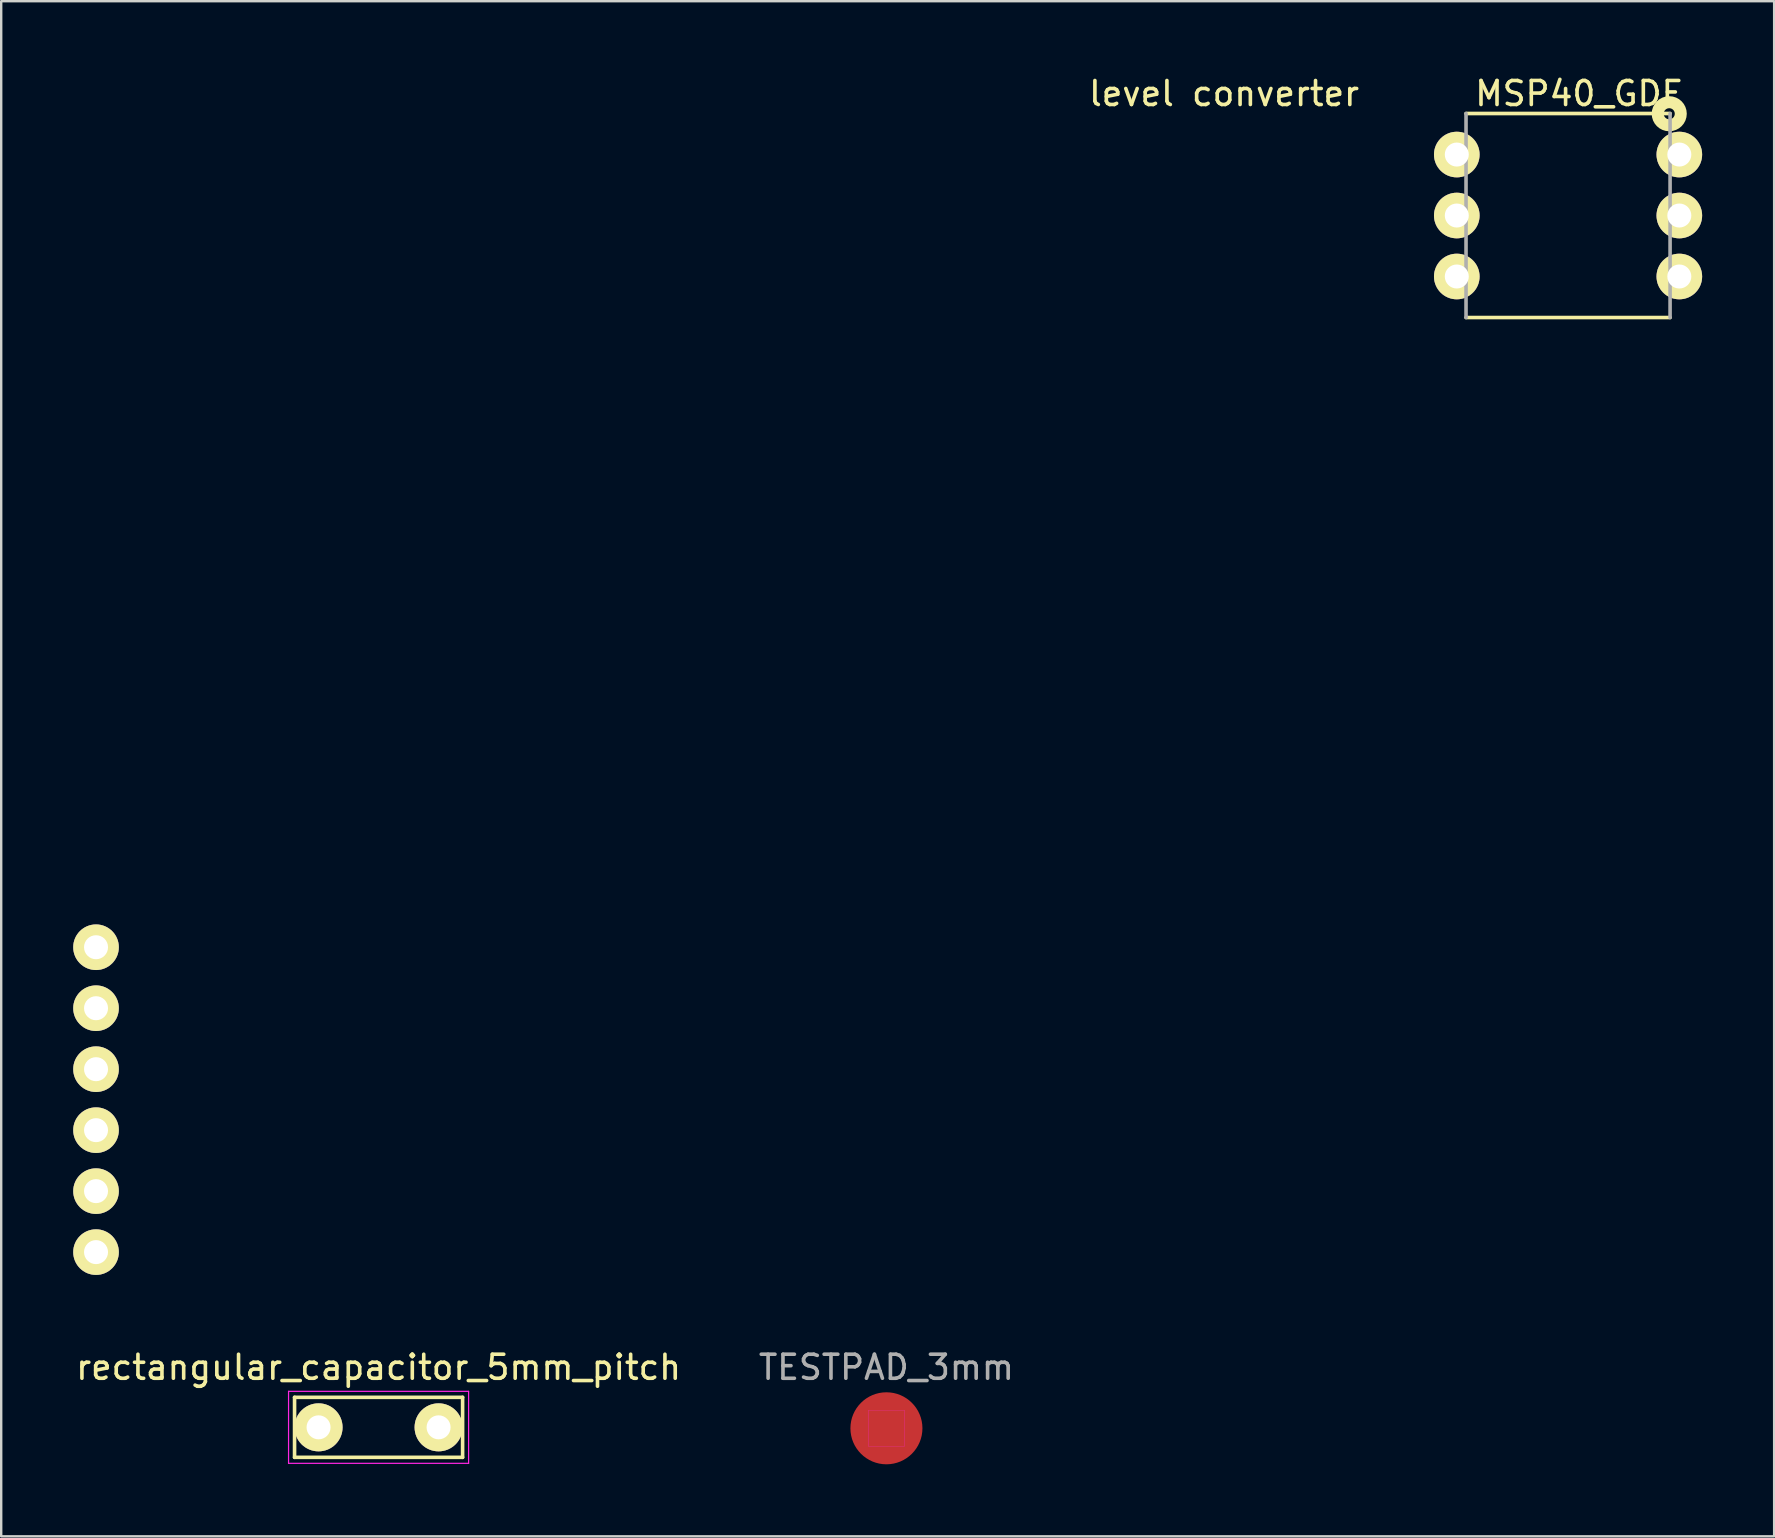
<source format=kicad_pcb>
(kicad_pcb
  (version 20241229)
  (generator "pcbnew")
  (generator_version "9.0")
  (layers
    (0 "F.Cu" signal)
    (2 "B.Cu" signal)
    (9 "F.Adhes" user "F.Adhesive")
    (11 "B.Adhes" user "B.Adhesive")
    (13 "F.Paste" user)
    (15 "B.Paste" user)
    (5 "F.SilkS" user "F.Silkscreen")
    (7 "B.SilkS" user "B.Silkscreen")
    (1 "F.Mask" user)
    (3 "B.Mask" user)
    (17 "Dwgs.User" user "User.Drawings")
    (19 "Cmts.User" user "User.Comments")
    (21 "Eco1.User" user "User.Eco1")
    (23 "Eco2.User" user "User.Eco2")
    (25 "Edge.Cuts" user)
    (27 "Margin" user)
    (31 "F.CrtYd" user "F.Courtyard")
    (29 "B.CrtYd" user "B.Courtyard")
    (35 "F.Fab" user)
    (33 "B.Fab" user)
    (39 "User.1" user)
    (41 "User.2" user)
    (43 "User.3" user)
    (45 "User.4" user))
  (footprint "MSP40_GDF"
    (layer "F.Cu")
    (at 57.634 3.388)
    (property "Reference" "MSP40_GDF" (at 5.08 -2.54 0) (layer "F.SilkS") (effects (font (size 1 1) (thickness 0.15))))
    (attr through_hole)
    (fp_line (start 0.385 -1.71) (end 8.885 -1.71) (stroke (width 0.15) (type solid)) (layer "F.SilkS"))
    (fp_line (start 0.385 6.79) (end 8.885 6.79) (stroke (width 0.15) (type solid)) (layer "F.SilkS"))
    (fp_circle (center 8.85 -1.7) (end 9.075 -1.65) (stroke (width 0.5) (type solid)) (fill no) (layer "F.SilkS"))
    (fp_line (start 0.385 6.79) (end 0.385 -1.71) (stroke (width 0.15) (type solid)) (layer "F.Fab"))
    (fp_line (start 8.885 6.79) (end 8.885 -1.71) (stroke (width 0.15) (type solid)) (layer "F.Fab"))
    (pad "1" thru_hole circle (at 9.27 0) (size 1.9 1.9) (drill 1) (layers "*.Cu" "*.Mask" "F.SilkS"))
    (pad "2" thru_hole circle (at 9.27 2.54) (size 1.9 1.9) (drill 1) (layers "*.Cu" "*.Mask" "F.SilkS"))
    (pad "3" thru_hole circle (at 9.27 5.08) (size 1.9 1.9) (drill 1) (layers "*.Cu" "*.Mask" "F.SilkS"))
    (pad "4" thru_hole circle (at 0 5.08) (size 1.9 1.9) (drill 1) (layers "*.Cu" "*.Mask" "F.SilkS"))
    (pad "5" thru_hole circle (at 0 2.54) (size 1.9 1.9) (drill 1) (layers "*.Cu" "*.Mask" "F.SilkS"))
    (pad "6" thru_hole circle (at 0 0) (size 1.9 1.9) (drill 1) (layers "*.Cu" "*.Mask" "F.SilkS")))
  (footprint "level converter"
    (layer "F.Cu")
    (at 0.95 36.408)
    (property "Reference" "level converter" (at 46.99 -35.56 0) (layer "F.SilkS") (effects (font (size 1 1) (thickness 0.15))))
    (attr through_hole)
    (pad "1" thru_hole circle (at 0 0) (size 1.9 1.9) (drill 1) (layers "*.Cu" "*.Mask" "F.SilkS"))
    (pad "2" thru_hole circle (at 0 2.54) (size 1.9 1.9) (drill 1) (layers "*.Cu" "*.Mask" "F.SilkS"))
    (pad "3" thru_hole circle (at 0 5.08) (size 1.9 1.9) (drill 1) (layers "*.Cu" "*.Mask" "F.SilkS"))
    (pad "4" thru_hole circle (at 0 7.62) (size 1.9 1.9) (drill 1) (layers "*.Cu" "*.Mask" "F.SilkS"))
    (pad "5" thru_hole circle (at 0 10.16) (size 1.9 1.9) (drill 1) (layers "*.Cu" "*.Mask" "F.SilkS"))
    (pad "6" thru_hole circle (at 0 12.7) (size 1.9 1.9) (drill 1) (layers "*.Cu" "*.Mask" "F.SilkS")))
  (footprint "TESTPAD_3mm"
    (layer "F.Cu")
    (at 33.875 56.447)
    (property "Reference" "TESTPAD_3mm" (at 0 -2.54 0) (layer "F.Fab") (effects (font (size 1 1) (thickness 0.15))))
    (attr through_hole)
    (fp_line (start -0.75 -0.75) (end -0.75 0.75) (stroke (width 0.01) (type solid)) (layer "F.CrtYd"))
    (fp_line (start -0.75 0.75) (end 0.75 0.75) (stroke (width 0.01) (type solid)) (layer "F.CrtYd"))
    (fp_line (start 0.75 -0.75) (end -0.75 -0.75) (stroke (width 0.01) (type solid)) (layer "F.CrtYd"))
    (fp_line (start 0.75 0.75) (end 0.75 -0.75) (stroke (width 0.01) (type solid)) (layer "F.CrtYd"))
    (pad "1" smd circle (at 0 0) (size 3 3) (layers "F.Cu" "F.Mask")))
  (footprint "rectangular_capacitor_5mm_pitch"
    (layer "F.Cu")
    (at 10.22 56.407)
    (property "Reference" "rectangular_capacitor_5mm_pitch" (at 2.5 -2.5 0) (layer "F.SilkS") (effects (font (size 1 1) (thickness 0.15))))
    (attr through_hole)
    (fp_line (start -1 -1.25) (end 6 -1.25) (stroke (width 0.15) (type solid)) (layer "F.SilkS"))
    (fp_line (start -1 1.25) (end -1 -1.25) (stroke (width 0.15) (type solid)) (layer "F.SilkS"))
    (fp_line (start 6 -1.25) (end 6 1.25) (stroke (width 0.15) (type solid)) (layer "F.SilkS"))
    (fp_line (start 6 1.25) (end -1 1.25) (stroke (width 0.15) (type solid)) (layer "F.SilkS"))
    (fp_line (start -1.25 -1.5) (end 6.25 -1.5) (stroke (width 0.05) (type solid)) (layer "F.CrtYd"))
    (fp_line (start -1.25 1.5) (end -1.25 -1.5) (stroke (width 0.05) (type solid)) (layer "F.CrtYd"))
    (fp_line (start 6.25 -1.5) (end 6.25 1.5) (stroke (width 0.05) (type solid)) (layer "F.CrtYd"))
    (fp_line (start 6.25 1.5) (end -1.25 1.5) (stroke (width 0.05) (type solid)) (layer "F.CrtYd"))
    (pad "1" thru_hole circle (at 0 0) (size 2 2) (drill 1) (layers "*.Cu" "*.Mask" "F.SilkS"))
    (pad "2" thru_hole circle (at 5 0) (size 2 2) (drill 1) (layers "*.Cu" "*.Mask" "F.SilkS")))
  (gr_rect
    (start -3 -3)
    (end 70.854 60.947)
    (stroke (width 0.1) (type default))
    (fill no)
    (layer "Edge.Cuts")))
</source>
